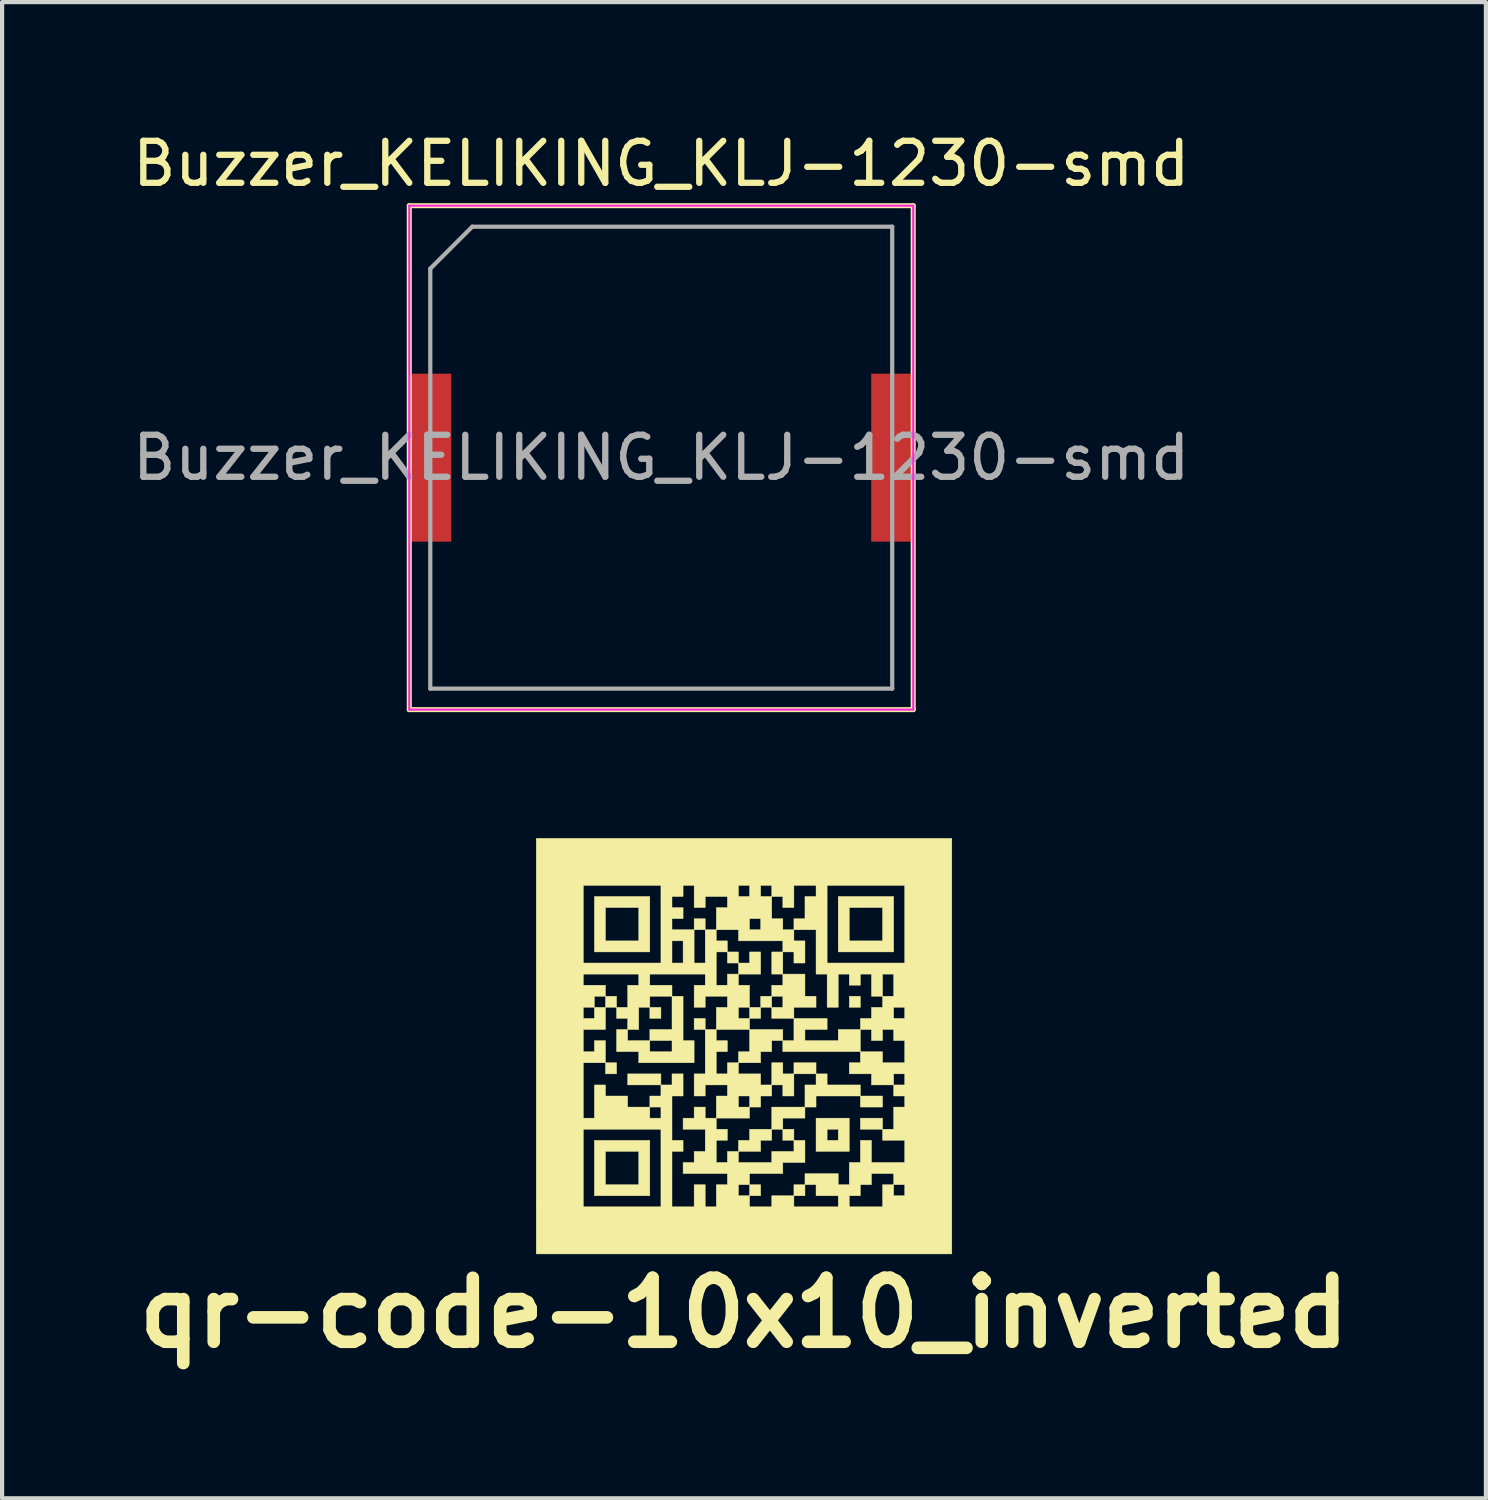
<source format=kicad_pcb>
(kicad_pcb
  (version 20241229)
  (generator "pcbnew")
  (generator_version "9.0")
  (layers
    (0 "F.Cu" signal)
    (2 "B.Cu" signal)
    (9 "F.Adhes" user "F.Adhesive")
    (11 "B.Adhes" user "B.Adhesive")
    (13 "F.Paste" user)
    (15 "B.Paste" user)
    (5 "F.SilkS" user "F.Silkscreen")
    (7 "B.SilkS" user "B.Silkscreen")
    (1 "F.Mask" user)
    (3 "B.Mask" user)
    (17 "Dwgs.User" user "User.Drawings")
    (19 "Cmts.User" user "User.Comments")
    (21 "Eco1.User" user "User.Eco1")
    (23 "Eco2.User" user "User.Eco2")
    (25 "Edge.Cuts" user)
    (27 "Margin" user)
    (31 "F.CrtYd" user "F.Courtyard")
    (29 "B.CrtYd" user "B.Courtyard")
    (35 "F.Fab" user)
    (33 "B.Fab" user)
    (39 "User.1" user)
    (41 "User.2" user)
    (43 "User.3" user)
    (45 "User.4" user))
  (footprint "qr-code-10x10_inverted"
    (layer "F.Cu")
    (at 14.667 21.861)
    (property "Reference" "qr-code-10x10_inverted" (at 0 6.35 0) (layer "F.SilkS") (effects (font (size 1.524 1.524) (thickness 0.3))))
    (attr through_hole)
    (fp_poly (pts (xy -3.035 -0.924) (xy -3.299 -0.924) (xy -3.299 -1.188) (xy -3.035 -1.188) (xy -3.035 -0.924)) (stroke (width 0.01) (type solid)) (fill yes) (layer "F.SilkS"))
    (fp_poly (pts (xy -3.035 0.66) (xy -3.299 0.66) (xy -3.299 0.396) (xy -3.035 0.396) (xy -3.035 0.66)) (stroke (width 0.01) (type solid)) (fill yes) (layer "F.SilkS"))
    (fp_poly (pts (xy -1.979 -0.66) (xy -2.243 -0.66) (xy -2.243 -0.924) (xy -1.979 -0.924) (xy -1.979 -0.66)) (stroke (width 0.01) (type solid)) (fill yes) (layer "F.SilkS"))
    (fp_poly (pts (xy -1.979 0.924) (xy -2.771 0.924) (xy -2.771 0.66) (xy -1.979 0.66) (xy -1.979 0.924)) (stroke (width 0.01) (type solid)) (fill yes) (layer "F.SilkS"))
    (fp_poly (pts (xy -1.188 -0.396) (xy -1.188 -0.66) (xy -0.924 -0.66) (xy -0.924 -0.396) (xy -1.188 -0.396)) (stroke (width 0.01) (type solid)) (fill yes) (layer "F.SilkS"))
    (fp_poly (pts (xy -0.924 -2.771) (xy -1.188 -2.771) (xy -1.188 -3.035) (xy -0.924 -3.035) (xy -0.924 -2.771)) (stroke (width 0.01) (type solid)) (fill yes) (layer "F.SilkS"))
    (fp_poly (pts (xy -0.396 -1.979) (xy -0.396 -2.243) (xy -0.132 -2.243) (xy -0.132 -1.979) (xy -0.396 -1.979)) (stroke (width 0.01) (type solid)) (fill yes) (layer "F.SilkS"))
    (fp_poly (pts (xy 0.396 -0.66) (xy 0.132 -0.66) (xy 0.132 -0.924) (xy 0.396 -0.924) (xy 0.396 -0.66)) (stroke (width 0.01) (type solid)) (fill yes) (layer "F.SilkS"))
    (fp_poly (pts (xy 0.396 3.563) (xy 0.132 3.563) (xy 0.132 3.299) (xy 0.396 3.299) (xy 0.396 3.563)) (stroke (width 0.01) (type solid)) (fill yes) (layer "F.SilkS"))
    (fp_poly (pts (xy 0.66 -1.715) (xy 0.66 -2.243) (xy 0.924 -2.243) (xy 0.924 -1.715) (xy 0.66 -1.715)) (stroke (width 0.01) (type solid)) (fill yes) (layer "F.SilkS"))
    (fp_poly (pts (xy 1.188 0.396) (xy 1.715 0.396) (xy 1.715 0.66) (xy 1.188 0.66) (xy 1.188 0.396)) (stroke (width 0.01) (type solid)) (fill yes) (layer "F.SilkS"))
    (fp_poly (pts (xy 1.188 2.243) (xy 0.924 2.243) (xy 0.924 1.979) (xy 1.188 1.979) (xy 1.188 2.243)) (stroke (width 0.01) (type solid)) (fill yes) (layer "F.SilkS"))
    (fp_poly (pts (xy 1.451 3.563) (xy 1.188 3.563) (xy 1.188 3.299) (xy 1.451 3.299) (xy 1.451 3.563)) (stroke (width 0.01) (type solid)) (fill yes) (layer "F.SilkS"))
    (fp_poly (pts (xy 2.771 -0.924) (xy 2.507 -0.924) (xy 2.507 -1.188) (xy 2.771 -1.188) (xy 2.771 -0.924)) (stroke (width 0.01) (type solid)) (fill yes) (layer "F.SilkS"))
    (fp_poly (pts (xy 3.299 1.451) (xy 2.771 1.451) (xy 2.771 1.188) (xy 3.299 1.188) (xy 3.299 1.451)) (stroke (width 0.01) (type solid)) (fill yes) (layer "F.SilkS"))
    (fp_poly (pts (xy 3.299 1.979) (xy 2.771 1.979) (xy 2.771 1.715) (xy 3.299 1.715) (xy 3.299 1.979)) (stroke (width 0.01) (type solid)) (fill yes) (layer "F.SilkS"))
    (fp_poly (pts (xy 0.132 -1.979) (xy 0.132 -2.243) (xy 0.396 -2.243) (xy 0.396 -1.715) (xy -0.132 -1.715) (xy -0.132 -1.979) (xy 0.132 -1.979)) (stroke (width 0.01) (type solid)) (fill yes) (layer "F.SilkS"))
    (fp_poly (pts (xy 0.66 1.451) (xy 1.451 1.451) (xy 1.451 1.715) (xy 0.924 1.715) (xy 0.924 1.979) (xy 0.66 1.979) (xy 0.66 1.451)) (stroke (width 0.01) (type solid)) (fill yes) (layer "F.SilkS"))
    (fp_poly (pts (xy 0.66 2.243) (xy 0.396 2.243) (xy 0.396 2.507) (xy -0.132 2.507) (xy -0.132 2.243) (xy 0.132 2.243) (xy 0.132 1.979) (xy 0.66 1.979) (xy 0.66 2.243)) (stroke (width 0.01) (type solid)) (fill yes) (layer "F.SilkS"))
    (fp_poly (pts (xy 1.188 1.188) (xy 0.924 1.188) (xy 0.924 0.924) (xy 0.66 0.924) (xy 0.66 0.396) (xy 0.924 0.396) (xy 0.924 0.66) (xy 1.188 0.66) (xy 1.188 1.188)) (stroke (width 0.01) (type solid)) (fill yes) (layer "F.SilkS"))
    (fp_poly (pts (xy -0.132 0.132) (xy 0.132 0.132) (xy 0.132 -0.396) (xy 0.924 -0.396) (xy 0.924 -0.132) (xy 0.66 -0.132) (xy 0.66 0.132) (xy 0.396 0.132) (xy 0.396 0.396) (xy -0.132 0.396) (xy -0.132 0.132)) (stroke (width 0.01) (type solid)) (fill yes) (layer "F.SilkS"))
    (fp_poly (pts (xy 1.451 0.924) (xy 1.715 0.924) (xy 1.715 0.66) (xy 1.979 0.66) (xy 1.979 0.924) (xy 2.771 0.924) (xy 2.771 1.188) (xy 1.715 1.188) (xy 1.715 1.451) (xy 1.451 1.451) (xy 1.451 0.924)) (stroke (width 0.01) (type solid)) (fill yes) (layer "F.SilkS"))
    (fp_poly (pts (xy -2.243 -2.243) (xy -3.563 -2.243) (xy -3.563 -3.299) (xy -3.299 -3.299) (xy -3.299 -2.507) (xy -2.507 -2.507) (xy -2.507 -3.299) (xy -3.299 -3.299) (xy -3.563 -3.299) (xy -3.563 -3.563) (xy -2.243 -3.563) (xy -2.243 -2.243)) (stroke (width 0.01) (type solid)) (fill yes) (layer "F.SilkS"))
    (fp_poly (pts (xy -2.243 3.563) (xy -3.563 3.563) (xy -3.563 2.507) (xy -3.299 2.507) (xy -3.299 3.299) (xy -2.507 3.299) (xy -2.507 2.507) (xy -3.299 2.507) (xy -3.563 2.507) (xy -3.563 2.243) (xy -2.243 2.243) (xy -2.243 3.563)) (stroke (width 0.01) (type solid)) (fill yes) (layer "F.SilkS"))
    (fp_poly (pts (xy 2.507 2.507) (xy 1.715 2.507) (xy 1.715 1.979) (xy 1.979 1.979) (xy 1.979 2.243) (xy 2.243 2.243) (xy 2.243 1.979) (xy 1.979 1.979) (xy 1.715 1.979) (xy 1.715 1.715) (xy 2.507 1.715) (xy 2.507 2.507)) (stroke (width 0.01) (type solid)) (fill yes) (layer "F.SilkS"))
    (fp_poly (pts (xy 3.563 -2.243) (xy 2.243 -2.243) (xy 2.243 -3.299) (xy 2.507 -3.299) (xy 2.507 -2.507) (xy 3.299 -2.507) (xy 3.299 -3.299) (xy 2.507 -3.299) (xy 2.243 -3.299) (xy 2.243 -3.563) (xy 3.563 -3.563) (xy 3.563 -2.243)) (stroke (width 0.01) (type solid)) (fill yes) (layer "F.SilkS"))
    (fp_poly (pts (xy 1.188 -0.132) (xy 1.188 -0.66) (xy 1.979 -0.66) (xy 1.979 -0.396) (xy 1.451 -0.396) (xy 1.451 -0.132) (xy 2.243 -0.132) (xy 2.243 -0.396) (xy 2.771 -0.396) (xy 2.771 0.132) (xy 0.924 0.132) (xy 0.924 -0.132) (xy 1.188 -0.132)) (stroke (width 0.01) (type solid)) (fill yes) (layer "F.SilkS"))
    (fp_poly (pts (xy -1.451 -0.132) (xy -1.188 -0.132) (xy -1.188 0.396) (xy -2.507 0.396) (xy -2.507 0.132) (xy -3.035 0.132) (xy -3.035 -0.396) (xy -2.771 -0.396) (xy -2.771 -0.132) (xy -2.243 -0.132) (xy -2.243 0.132) (xy -1.715 0.132) (xy -1.715 -0.132) (xy -2.243 -0.132) (xy -2.243 -0.396) (xy -1.715 -0.396) (xy -1.715 -1.188) (xy -1.451 -1.188) (xy -1.451 -0.132)) (stroke (width 0.01) (type solid)) (fill yes) (layer "F.SilkS"))
    (fp_poly (pts (xy 0.66 -0.66) (xy 0.66 -0.924) (xy 0.396 -0.924) (xy 0.396 -1.188) (xy 0.66 -1.188) (xy 0.66 -0.924) (xy 0.924 -0.924) (xy 0.924 -1.188) (xy 0.66 -1.188) (xy 0.66 -1.451) (xy 0.924 -1.451) (xy 0.924 -1.715) (xy 1.451 -1.715) (xy 1.451 -1.188) (xy 1.715 -1.188) (xy 1.715 -0.924) (xy 1.188 -0.924) (xy 1.188 -0.66) (xy 0.66 -0.66)) (stroke (width 0.01) (type solid)) (fill yes) (layer "F.SilkS"))
    (fp_poly (pts (xy 0.66 1.188) (xy 0.396 1.188) (xy 0.396 1.451) (xy 0.132 1.451) (xy 0.132 1.715) (xy -0.66 1.715) (xy -0.66 1.188) (xy -0.396 1.188) (xy -0.132 1.188) (xy -0.132 1.451) (xy 0.132 1.451) (xy 0.132 1.188) (xy -0.132 1.188) (xy -0.396 1.188) (xy -0.396 0.924) (xy -0.924 0.924) (xy -0.924 1.188) (xy -1.188 1.188) (xy -1.188 0.66) (xy -0.924 0.66) (xy -0.924 -0.396) (xy -0.66 -0.396) (xy -0.66 -0.132) (xy -0.396 -0.132) (xy -0.396 0.132) (xy -0.66 0.132) (xy -0.66 0.66) (xy -0.396 0.66) (xy -0.396 0.396) (xy -0.132 0.396) (xy -0.132 0.66) (xy 0.396 0.66) (xy 0.396 0.924) (xy 0.66 0.924) (xy 0.66 1.188)) (stroke (width 0.01) (type solid)) (fill yes) (layer "F.SilkS"))
    (fp_poly (pts (xy 4.948 4.948) (xy -4.948 4.948) (xy -4.948 1.979) (xy -3.826 1.979) (xy -3.826 3.826) (xy -1.979 3.826) (xy -1.979 1.979) (xy -3.826 1.979) (xy -4.948 1.979) (xy -4.948 -0.396) (xy -3.826 -0.396) (xy -3.826 0.132) (xy -3.563 0.132) (xy -3.563 -0.132) (xy -3.299 -0.132) (xy -3.299 0.396) (xy -3.826 0.396) (xy -3.826 1.715) (xy -3.563 1.715) (xy -2.243 1.715) (xy -1.979 1.715) (xy -1.979 1.451) (xy -2.243 1.451) (xy -2.243 1.715) (xy -3.563 1.715) (xy -3.563 0.924) (xy -3.299 0.924) (xy -3.299 1.188) (xy -2.771 1.188) (xy -2.771 1.451) (xy -2.243 1.451) (xy -2.243 1.188) (xy -1.979 1.188) (xy -1.979 0.924) (xy -1.715 0.924) (xy -1.715 0.66) (xy -1.451 0.66) (xy -1.451 1.188) (xy -1.715 1.188) (xy -1.715 2.243) (xy -1.451 2.243) (xy -1.451 2.507) (xy -1.715 2.507) (xy -1.715 3.826) (xy -1.188 3.826) (xy -1.188 3.299) (xy -0.924 3.299) (xy -0.924 3.826) (xy -0.66 3.826) (xy -0.66 3.299) (xy -0.396 3.299) (xy -0.396 3.035) (xy -1.451 3.035) (xy -1.451 2.771) (xy -1.188 2.771) (xy -1.188 2.507) (xy -0.924 2.507) (xy -0.924 1.979) (xy -1.451 1.979) (xy -1.451 1.715) (xy -1.188 1.715) (xy -1.188 1.451) (xy -0.924 1.451) (xy -0.924 1.715) (xy -0.66 1.715) (xy -0.66 1.979) (xy -0.396 1.979) (xy -0.396 2.243) (xy -0.66 2.243) (xy -0.66 2.771) (xy -0.396 2.771) (xy -0.396 2.507) (xy -0.132 2.507) (xy -0.132 2.771) (xy 0.66 2.771) (xy 0.66 2.507) (xy 1.188 2.507) (xy 1.188 2.243) (xy 1.451 2.243) (xy 1.451 2.771) (xy 0.924 2.771) (xy 0.924 3.035) (xy 0.132 3.035) (xy 0.132 3.299) (xy -0.132 3.299) (xy -0.132 3.563) (xy 0.132 3.563) (xy 0.132 3.826) (xy 0.66 3.826) (xy 0.66 3.563) (xy 1.188 3.563) (xy 1.188 3.826) (xy 2.243 3.826) (xy 2.243 3.563) (xy 2.507 3.563) (xy 2.507 3.826) (xy 3.299 3.826) (xy 3.299 3.299) (xy 3.563 3.299) (xy 3.563 3.563) (xy 3.826 3.563) (xy 3.826 3.299) (xy 3.563 3.299) (xy 3.563 3.035) (xy 3.035 3.035) (xy 3.035 3.299) (xy 2.771 3.299) (xy 2.771 3.563) (xy 2.507 3.563) (xy 2.243 3.563) (xy 1.715 3.563) (xy 1.715 3.299) (xy 1.451 3.299) (xy 1.451 3.035) (xy 2.243 3.035) (xy 2.243 3.299) (xy 2.507 3.299) (xy 2.507 2.771) (xy 2.771 2.771) (xy 2.771 2.243) (xy 3.035 2.243) (xy 3.035 2.771) (xy 3.826 2.771) (xy 3.826 2.243) (xy 3.299 2.243) (xy 3.299 1.979) (xy 3.563 1.979) (xy 3.563 1.451) (xy 3.826 1.451) (xy 3.826 1.188) (xy 3.563 1.188) (xy 3.563 0.924) (xy 3.035 0.924) (xy 3.035 0.66) (xy 3.563 0.66) (xy 3.563 0.924) (xy 3.826 0.924) (xy 3.826 0.66) (xy 3.563 0.66) (xy 3.035 0.66) (xy 2.507 0.66) (xy 2.507 0.396) (xy 2.771 0.396) (xy 2.771 0.132) (xy 3.299 0.132) (xy 3.299 0.396) (xy 3.826 0.396) (xy 3.826 -0.132) (xy 3.563 -0.132) (xy 3.563 -0.396) (xy 3.299 -0.396) (xy 3.299 -0.132) (xy 3.035 -0.132) (xy 3.035 -0.396) (xy 2.771 -0.396) (xy 2.771 -0.66) (xy 3.035 -0.66) (xy 3.035 -0.924) (xy 3.299 -0.924) (xy 3.563 -0.924) (xy 3.563 -0.66) (xy 3.826 -0.66) (xy 3.826 -0.924) (xy 3.563 -0.924) (xy 3.299 -0.924) (xy 3.299 -1.188) (xy 3.035 -1.188) (xy 3.035 -1.715) (xy 3.299 -1.715) (xy 3.299 -1.188) (xy 3.563 -1.188) (xy 3.563 -1.715) (xy 3.299 -1.715) (xy 3.035 -1.715) (xy 2.771 -1.715) (xy 2.771 -1.451) (xy 2.507 -1.451) (xy 2.507 -1.715) (xy 2.243 -1.715) (xy 2.243 -0.924) (xy 1.979 -0.924) (xy 1.979 -1.715) (xy 1.715 -1.715) (xy 1.715 -2.771) (xy 1.188 -2.771) (xy 1.188 -2.507) (xy 1.451 -2.507) (xy 1.451 -1.979) (xy 1.188 -1.979) (xy 1.188 -2.243) (xy 0.924 -2.243) (xy 0.924 -2.507) (xy -0.132 -2.507) (xy -0.132 -2.771) (xy -0.66 -2.771) (xy -0.66 -2.507) (xy -0.396 -2.507) (xy -0.396 -2.243) (xy -0.66 -2.243) (xy -0.66 -1.451) (xy -0.396 -1.451) (xy -0.396 -1.715) (xy -0.132 -1.715) (xy -0.132 -1.451) (xy 0.132 -1.451) (xy 0.132 -0.924) (xy -0.132 -0.924) (xy -0.132 -0.66) (xy 0.132 -0.66) (xy 0.132 -0.396) (xy -0.66 -0.396) (xy -0.66 -0.924) (xy -0.396 -0.924) (xy -0.396 -1.188) (xy -0.924 -1.188) (xy -0.924 -0.924) (xy -1.188 -0.924) (xy -1.188 -1.451) (xy -0.924 -1.451) (xy -0.924 -1.715) (xy -2.243 -1.715) (xy -2.243 -1.451) (xy -1.715 -1.451) (xy -1.715 -1.188) (xy -2.243 -1.188) (xy -2.243 -0.924) (xy -2.507 -0.924) (xy -2.507 -0.396) (xy -2.771 -0.396) (xy -2.771 -0.66) (xy -3.035 -0.66) (xy -3.035 -0.924) (xy -2.771 -0.924) (xy -2.771 -1.451) (xy -2.507 -1.451) (xy -2.507 -1.715) (xy -3.826 -1.715) (xy -3.826 -1.451) (xy -3.299 -1.451) (xy -3.299 -1.188) (xy -3.563 -1.188) (xy -3.563 -0.924) (xy -3.299 -0.924) (xy -3.299 -0.396) (xy -3.826 -0.396) (xy -4.948 -0.396) (xy -4.948 -0.924) (xy -3.826 -0.924) (xy -3.826 -0.66) (xy -3.563 -0.66) (xy -3.563 -0.924) (xy -3.826 -0.924) (xy -4.948 -0.924) (xy -4.948 -3.826) (xy -3.826 -3.826) (xy -3.826 -1.979) (xy -1.979 -1.979) (xy -1.979 -2.507) (xy -1.715 -2.507) (xy -1.715 -1.979) (xy -1.451 -1.979) (xy -1.451 -2.507) (xy -1.715 -2.507) (xy -1.979 -2.507) (xy -1.979 -3.563) (xy -1.715 -3.563) (xy -1.715 -3.299) (xy -1.451 -3.299) (xy -1.451 -3.035) (xy -1.715 -3.035) (xy -1.715 -2.771) (xy -1.188 -2.771) (xy -1.188 -1.979) (xy -0.924 -1.979) (xy -0.924 -2.771) (xy -0.66 -2.771) (xy -0.66 -3.035) (xy 0.132 -3.035) (xy 0.132 -2.771) (xy 0.396 -2.771) (xy 0.396 -3.035) (xy 0.132 -3.035) (xy -0.66 -3.035) (xy -0.66 -3.299) (xy -0.396 -3.299) (xy -0.396 -3.563) (xy -0.924 -3.563) (xy -0.924 -3.299) (xy -1.188 -3.299) (xy -1.188 -3.826) (xy -0.132 -3.826) (xy -0.132 -3.563) (xy 0.132 -3.563) (xy 0.132 -3.826) (xy 0.396 -3.826) (xy 0.396 -3.563) (xy 0.66 -3.563) (xy 0.66 -3.035) (xy 0.924 -3.035) (xy 0.924 -2.771) (xy 1.188 -2.771) (xy 1.188 -3.035) (xy 1.451 -3.035) (xy 1.451 -3.563) (xy 1.715 -3.563) (xy 1.715 -3.826) (xy 1.979 -3.826) (xy 1.979 -1.979) (xy 3.826 -1.979) (xy 3.826 -3.826) (xy 1.979 -3.826) (xy 1.715 -3.826) (xy 1.188 -3.826) (xy 1.188 -3.299) (xy 0.924 -3.299) (xy 0.924 -3.563) (xy 0.66 -3.563) (xy 0.66 -3.826) (xy 0.396 -3.826) (xy 0.132 -3.826) (xy -0.132 -3.826) (xy -1.188 -3.826) (xy -1.451 -3.826) (xy -1.451 -3.563) (xy -1.715 -3.563) (xy -1.979 -3.563) (xy -1.979 -3.826) (xy -3.826 -3.826) (xy -4.948 -3.826) (xy -4.948 -4.948) (xy 4.948 -4.948) (xy 4.948 4.948)) (stroke (width 0.01) (type solid)) (fill yes) (layer "F.SilkS")))
  (footprint "Buzzer_KELIKING_KLJ-1230-smd"
    (layer "F.Cu")
    (at 12.696 7.848)
    (property "Reference" "Buzzer_KELIKING_KLJ-1230-smd" (at 0 -7 0) (layer "F.SilkS") (effects (font (size 1 1) (thickness 0.15))))
    (attr smd)
    (fp_line (start -6 -6) (end 6 -6) (stroke (width 0.12) (type solid)) (layer "F.SilkS"))
    (fp_line (start -6 6) (end -6 -6) (stroke (width 0.12) (type solid)) (layer "F.SilkS"))
    (fp_line (start 6 -6) (end 6 6) (stroke (width 0.12) (type solid)) (layer "F.SilkS"))
    (fp_line (start 6 6) (end -6 6) (stroke (width 0.12) (type solid)) (layer "F.SilkS"))
    (fp_line (start -6 -6) (end 6 -6) (stroke (width 0.05) (type solid)) (layer "F.CrtYd"))
    (fp_line (start -6 6) (end -6 -6) (stroke (width 0.05) (type solid)) (layer "F.CrtYd"))
    (fp_line (start 6 6) (end -6 6) (stroke (width 0.05) (type solid)) (layer "F.CrtYd"))
    (fp_line (start 6 6) (end 6 -6) (stroke (width 0.05) (type solid)) (layer "F.CrtYd"))
    (fp_line (start -5.5 -4.5) (end -4.5 -5.5) (stroke (width 0.1) (type solid)) (layer "F.Fab"))
    (fp_line (start -5.5 5.5) (end -5.5 -4.5) (stroke (width 0.1) (type solid)) (layer "F.Fab"))
    (fp_line (start -4.5 -5.5) (end 5.5 -5.5) (stroke (width 0.1) (type solid)) (layer "F.Fab"))
    (fp_line (start 5.5 -5.5) (end 5.5 5.5) (stroke (width 0.1) (type solid)) (layer "F.Fab"))
    (fp_line (start 5.5 5.5) (end -5.5 5.5) (stroke (width 0.1) (type solid)) (layer "F.Fab"))
    (fp_text user "${REFERENCE}" (at 0 0 0) (layer "F.Fab") (effects (font (size 1 1) (thickness 0.15))))
    (pad "1" smd rect (at -5.5 0) (size 1 4) (layers "F.Cu" "F.Mask" "F.Paste"))
    (pad "2" smd rect (at 5.5 0) (size 1 4) (layers "F.Cu" "F.Mask" "F.Paste")))
  (gr_rect
    (start -3 -3)
    (end 32.333 32.629)
    (stroke (width 0.1) (type default))
    (fill no)
    (layer "Edge.Cuts")))
</source>
